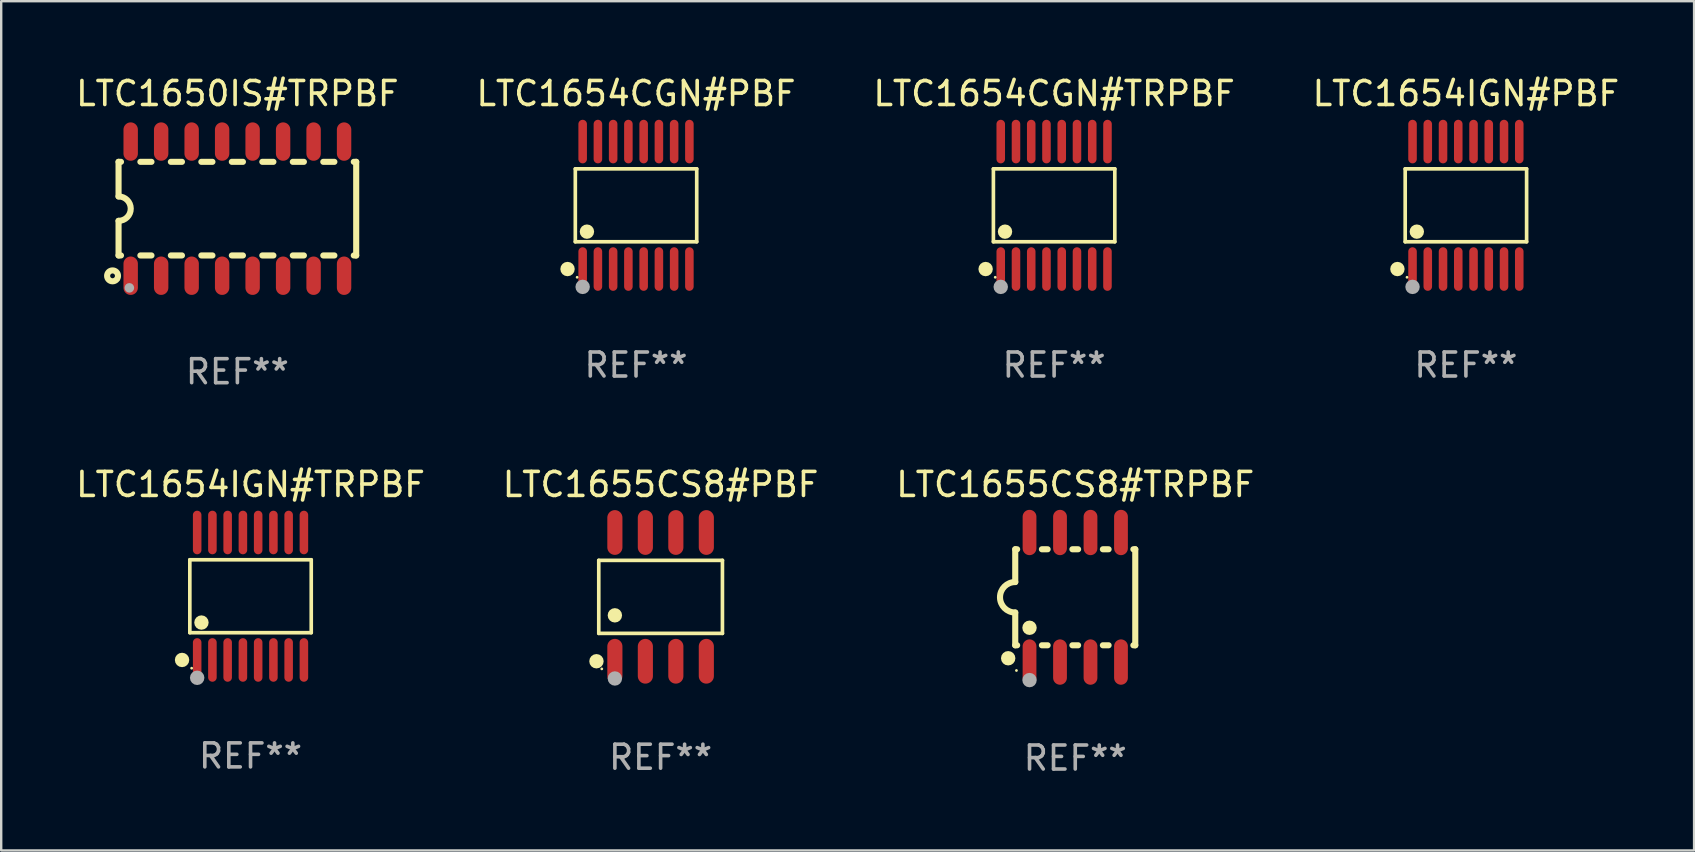
<source format=kicad_pcb>
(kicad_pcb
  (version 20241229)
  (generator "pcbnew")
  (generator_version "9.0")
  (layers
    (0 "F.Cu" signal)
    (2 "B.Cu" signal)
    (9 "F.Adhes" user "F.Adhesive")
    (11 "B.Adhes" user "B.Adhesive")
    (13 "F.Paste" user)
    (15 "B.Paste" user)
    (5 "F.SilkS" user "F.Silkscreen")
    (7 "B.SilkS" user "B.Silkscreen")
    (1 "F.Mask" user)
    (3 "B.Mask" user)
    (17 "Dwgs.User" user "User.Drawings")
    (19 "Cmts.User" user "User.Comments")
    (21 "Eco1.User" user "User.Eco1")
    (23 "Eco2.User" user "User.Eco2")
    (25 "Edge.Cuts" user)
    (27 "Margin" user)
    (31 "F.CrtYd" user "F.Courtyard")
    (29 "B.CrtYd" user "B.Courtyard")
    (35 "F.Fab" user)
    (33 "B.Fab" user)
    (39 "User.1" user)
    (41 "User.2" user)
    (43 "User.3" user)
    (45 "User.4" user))
  (footprint "LTC1650IS#TRPBF"
    (layer "F.Cu")
    (at 6.839 5.642)
    (property "Reference" "LTC1650IS#TRPBF" (at 0 -4.794 0) (layer "F.SilkS") (effects (font (size 1 1) (thickness 0.15))))
    (attr through_hole)
    (fp_line (start -4.95 -1.95) (end -4.95 -0.508) (stroke (width 0.254) (type solid)) (layer "F.SilkS"))
    (fp_line (start -4.95 -1.95) (end -4.849 -1.95) (stroke (width 0.254) (type solid)) (layer "F.SilkS"))
    (fp_line (start -4.95 1.95) (end -4.95 0.508) (stroke (width 0.254) (type solid)) (layer "F.SilkS"))
    (fp_line (start -4.95 1.95) (end -4.849 1.95) (stroke (width 0.254) (type solid)) (layer "F.SilkS"))
    (fp_line (start -4.041 -1.95) (end -3.579 -1.95) (stroke (width 0.254) (type solid)) (layer "F.SilkS"))
    (fp_line (start -4.041 1.95) (end -3.579 1.95) (stroke (width 0.254) (type solid)) (layer "F.SilkS"))
    (fp_line (start -2.771 -1.95) (end -2.309 -1.95) (stroke (width 0.254) (type solid)) (layer "F.SilkS"))
    (fp_line (start -2.771 1.95) (end -2.309 1.95) (stroke (width 0.254) (type solid)) (layer "F.SilkS"))
    (fp_line (start -1.501 -1.95) (end -1.039 -1.95) (stroke (width 0.254) (type solid)) (layer "F.SilkS"))
    (fp_line (start -1.501 1.95) (end -1.039 1.95) (stroke (width 0.254) (type solid)) (layer "F.SilkS"))
    (fp_line (start -0.231 -1.95) (end 0.231 -1.95) (stroke (width 0.254) (type solid)) (layer "F.SilkS"))
    (fp_line (start -0.231 1.95) (end 0.231 1.95) (stroke (width 0.254) (type solid)) (layer "F.SilkS"))
    (fp_line (start 1.039 -1.95) (end 1.501 -1.95) (stroke (width 0.254) (type solid)) (layer "F.SilkS"))
    (fp_line (start 1.039 1.95) (end 1.501 1.95) (stroke (width 0.254) (type solid)) (layer "F.SilkS"))
    (fp_line (start 2.309 -1.95) (end 2.771 -1.95) (stroke (width 0.254) (type solid)) (layer "F.SilkS"))
    (fp_line (start 2.309 1.95) (end 2.771 1.95) (stroke (width 0.254) (type solid)) (layer "F.SilkS"))
    (fp_line (start 3.579 -1.95) (end 4.041 -1.95) (stroke (width 0.254) (type solid)) (layer "F.SilkS"))
    (fp_line (start 3.579 1.95) (end 4.041 1.95) (stroke (width 0.254) (type solid)) (layer "F.SilkS"))
    (fp_line (start 4.849 -1.95) (end 4.95 -1.95) (stroke (width 0.254) (type solid)) (layer "F.SilkS"))
    (fp_line (start 4.849 1.95) (end 4.95 1.95) (stroke (width 0.254) (type solid)) (layer "F.SilkS"))
    (fp_line (start 4.95 -1.95) (end 4.95 1.95) (stroke (width 0.254) (type solid)) (layer "F.SilkS"))
    (fp_arc (start -4.95047 -0.508001) (mid -4.442469 -0.000228) (end -4.950013 0.508001) (stroke (width 0.254001) (type solid)) (layer "F.SilkS"))
    (fp_circle (center -5.2 2.8) (end -5.1 2.8) (stroke (width 0.254) (type solid)) (fill no) (layer "F.SilkS"))
    (fp_circle (center -4.95 2.947) (end -4.92 2.947) (stroke (width 0.06) (type solid)) (fill no) (layer "F.SilkS"))
    (fp_circle (center -4.5 3.3) (end -4.4 3.3) (stroke (width 0.2) (type solid)) (fill no) (layer "F.Fab"))
    (fp_text user "REF**" (at 0 6.794 0) (layer "F.Fab") (effects (font (size 1 1) (thickness 0.15))))
    (pad "1" smd oval (at -4.445 2.794) (size 0.6 1.6) (layers "F.Cu" "F.Mask" "F.Paste"))
    (pad "2" smd oval (at -3.175 2.794) (size 0.6 1.6) (layers "F.Cu" "F.Mask" "F.Paste"))
    (pad "3" smd oval (at -1.905 2.794) (size 0.6 1.6) (layers "F.Cu" "F.Mask" "F.Paste"))
    (pad "4" smd oval (at -0.635 2.794) (size 0.6 1.6) (layers "F.Cu" "F.Mask" "F.Paste"))
    (pad "5" smd oval (at 0.635 2.794) (size 0.6 1.6) (layers "F.Cu" "F.Mask" "F.Paste"))
    (pad "6" smd oval (at 1.905 2.794) (size 0.6 1.6) (layers "F.Cu" "F.Mask" "F.Paste"))
    (pad "7" smd oval (at 3.175 2.794) (size 0.6 1.6) (layers "F.Cu" "F.Mask" "F.Paste"))
    (pad "8" smd oval (at 4.445 2.794) (size 0.6 1.6) (layers "F.Cu" "F.Mask" "F.Paste"))
    (pad "9" smd oval (at 4.445 -2.794) (size 0.6 1.6) (layers "F.Cu" "F.Mask" "F.Paste"))
    (pad "10" smd oval (at 3.175 -2.794) (size 0.6 1.6) (layers "F.Cu" "F.Mask" "F.Paste"))
    (pad "11" smd oval (at 1.905 -2.794) (size 0.6 1.6) (layers "F.Cu" "F.Mask" "F.Paste"))
    (pad "12" smd oval (at 0.635 -2.794) (size 0.6 1.6) (layers "F.Cu" "F.Mask" "F.Paste"))
    (pad "13" smd oval (at -0.635 -2.794) (size 0.6 1.6) (layers "F.Cu" "F.Mask" "F.Paste"))
    (pad "14" smd oval (at -1.905 -2.794) (size 0.6 1.6) (layers "F.Cu" "F.Mask" "F.Paste"))
    (pad "15" smd oval (at -3.175 -2.794) (size 0.6 1.6) (layers "F.Cu" "F.Mask" "F.Paste"))
    (pad "16" smd oval (at -4.445 -2.794) (size 0.6 1.6) (layers "F.Cu" "F.Mask" "F.Paste")))
  (footprint "LTC1654CGN#PBF"
    (layer "F.Cu")
    (at 23.446 5.503)
    (property "Reference" "LTC1654CGN#PBF" (at 0 -4.655 0) (layer "F.SilkS") (effects (font (size 1 1) (thickness 0.15))))
    (attr through_hole)
    (fp_line (start -2.529 -1.519) (end 2.529 -1.519) (stroke (width 0.152) (type solid)) (layer "F.SilkS"))
    (fp_line (start -2.529 1.519) (end -2.529 -1.519) (stroke (width 0.152) (type solid)) (layer "F.SilkS"))
    (fp_line (start 2.529 -1.519) (end 2.529 1.519) (stroke (width 0.152) (type solid)) (layer "F.SilkS"))
    (fp_line (start 2.529 1.519) (end -2.529 1.519) (stroke (width 0.152) (type solid)) (layer "F.SilkS"))
    (fp_circle (center -2.853 2.655) (end -2.703 2.655) (stroke (width 0.3) (type solid)) (fill no) (layer "F.SilkS"))
    (fp_circle (center -2.453 2.998) (end -2.423 2.998) (stroke (width 0.06) (type solid)) (fill no) (layer "F.SilkS"))
    (fp_circle (center -2.045 1.097) (end -1.895 1.097) (stroke (width 0.3) (type solid)) (fill no) (layer "F.SilkS"))
    (fp_circle (center -2.223 3.398) (end -2.072 3.398) (stroke (width 0.3) (type solid)) (fill no) (layer "F.Fab"))
    (fp_text user "REF**" (at 0 6.655 0) (layer "F.Fab") (effects (font (size 1 1) (thickness 0.15))))
    (pad "1" smd oval (at -2.223 2.655) (size 0.356 1.815) (layers "F.Cu" "F.Mask" "F.Paste"))
    (pad "2" smd oval (at -1.588 2.655) (size 0.356 1.815) (layers "F.Cu" "F.Mask" "F.Paste"))
    (pad "3" smd oval (at -0.953 2.655) (size 0.356 1.815) (layers "F.Cu" "F.Mask" "F.Paste"))
    (pad "4" smd oval (at -0.318 2.655) (size 0.356 1.815) (layers "F.Cu" "F.Mask" "F.Paste"))
    (pad "5" smd oval (at 0.318 2.655) (size 0.356 1.815) (layers "F.Cu" "F.Mask" "F.Paste"))
    (pad "6" smd oval (at 0.953 2.655) (size 0.356 1.815) (layers "F.Cu" "F.Mask" "F.Paste"))
    (pad "7" smd oval (at 1.588 2.655) (size 0.356 1.815) (layers "F.Cu" "F.Mask" "F.Paste"))
    (pad "8" smd oval (at 2.223 2.655) (size 0.356 1.815) (layers "F.Cu" "F.Mask" "F.Paste"))
    (pad "9" smd oval (at 2.223 -2.655) (size 0.356 1.815) (layers "F.Cu" "F.Mask" "F.Paste"))
    (pad "10" smd oval (at 1.588 -2.655) (size 0.356 1.815) (layers "F.Cu" "F.Mask" "F.Paste"))
    (pad "11" smd oval (at 0.953 -2.655) (size 0.356 1.815) (layers "F.Cu" "F.Mask" "F.Paste"))
    (pad "12" smd oval (at 0.318 -2.655) (size 0.356 1.815) (layers "F.Cu" "F.Mask" "F.Paste"))
    (pad "13" smd oval (at -0.318 -2.655) (size 0.356 1.815) (layers "F.Cu" "F.Mask" "F.Paste"))
    (pad "14" smd oval (at -0.953 -2.655) (size 0.356 1.815) (layers "F.Cu" "F.Mask" "F.Paste"))
    (pad "15" smd oval (at -1.588 -2.655) (size 0.356 1.815) (layers "F.Cu" "F.Mask" "F.Paste"))
    (pad "16" smd oval (at -2.223 -2.655) (size 0.356 1.815) (layers "F.Cu" "F.Mask" "F.Paste")))
  (footprint "LTC1654IGN#TRPBF"
    (layer "F.Cu")
    (at 7.387 21.788)
    (property "Reference" "LTC1654IGN#TRPBF" (at 0 -4.655 0) (layer "F.SilkS") (effects (font (size 1 1) (thickness 0.15))))
    (attr through_hole)
    (fp_line (start -2.529 -1.519) (end 2.529 -1.519) (stroke (width 0.152) (type solid)) (layer "F.SilkS"))
    (fp_line (start -2.529 1.519) (end -2.529 -1.519) (stroke (width 0.152) (type solid)) (layer "F.SilkS"))
    (fp_line (start 2.529 -1.519) (end 2.529 1.519) (stroke (width 0.152) (type solid)) (layer "F.SilkS"))
    (fp_line (start 2.529 1.519) (end -2.529 1.519) (stroke (width 0.152) (type solid)) (layer "F.SilkS"))
    (fp_circle (center -2.853 2.655) (end -2.703 2.655) (stroke (width 0.3) (type solid)) (fill no) (layer "F.SilkS"))
    (fp_circle (center -2.453 2.998) (end -2.423 2.998) (stroke (width 0.06) (type solid)) (fill no) (layer "F.SilkS"))
    (fp_circle (center -2.045 1.097) (end -1.895 1.097) (stroke (width 0.3) (type solid)) (fill no) (layer "F.SilkS"))
    (fp_circle (center -2.223 3.398) (end -2.072 3.398) (stroke (width 0.3) (type solid)) (fill no) (layer "F.Fab"))
    (fp_text user "REF**" (at 0 6.655 0) (layer "F.Fab") (effects (font (size 1 1) (thickness 0.15))))
    (pad "1" smd oval (at -2.223 2.655) (size 0.356 1.815) (layers "F.Cu" "F.Mask" "F.Paste"))
    (pad "2" smd oval (at -1.588 2.655) (size 0.356 1.815) (layers "F.Cu" "F.Mask" "F.Paste"))
    (pad "3" smd oval (at -0.953 2.655) (size 0.356 1.815) (layers "F.Cu" "F.Mask" "F.Paste"))
    (pad "4" smd oval (at -0.318 2.655) (size 0.356 1.815) (layers "F.Cu" "F.Mask" "F.Paste"))
    (pad "5" smd oval (at 0.318 2.655) (size 0.356 1.815) (layers "F.Cu" "F.Mask" "F.Paste"))
    (pad "6" smd oval (at 0.953 2.655) (size 0.356 1.815) (layers "F.Cu" "F.Mask" "F.Paste"))
    (pad "7" smd oval (at 1.588 2.655) (size 0.356 1.815) (layers "F.Cu" "F.Mask" "F.Paste"))
    (pad "8" smd oval (at 2.223 2.655) (size 0.356 1.815) (layers "F.Cu" "F.Mask" "F.Paste"))
    (pad "9" smd oval (at 2.223 -2.655) (size 0.356 1.815) (layers "F.Cu" "F.Mask" "F.Paste"))
    (pad "10" smd oval (at 1.588 -2.655) (size 0.356 1.815) (layers "F.Cu" "F.Mask" "F.Paste"))
    (pad "11" smd oval (at 0.953 -2.655) (size 0.356 1.815) (layers "F.Cu" "F.Mask" "F.Paste"))
    (pad "12" smd oval (at 0.318 -2.655) (size 0.356 1.815) (layers "F.Cu" "F.Mask" "F.Paste"))
    (pad "13" smd oval (at -0.318 -2.655) (size 0.356 1.815) (layers "F.Cu" "F.Mask" "F.Paste"))
    (pad "14" smd oval (at -0.953 -2.655) (size 0.356 1.815) (layers "F.Cu" "F.Mask" "F.Paste"))
    (pad "15" smd oval (at -1.588 -2.655) (size 0.356 1.815) (layers "F.Cu" "F.Mask" "F.Paste"))
    (pad "16" smd oval (at -2.223 -2.655) (size 0.356 1.815) (layers "F.Cu" "F.Mask" "F.Paste")))
  (footprint "LTC1655CS8#TRPBF"
    (layer "F.Cu")
    (at 41.744 21.832)
    (property "Reference" "LTC1655CS8#TRPBF" (at 0 -4.699 0) (layer "F.SilkS") (effects (font (size 1 1) (thickness 0.15))))
    (attr through_hole)
    (fp_line (start -2.5 -2) (end -2.5 -0.635) (stroke (width 0.254) (type solid)) (layer "F.SilkS"))
    (fp_line (start -2.5 -2) (end -2.421 -2) (stroke (width 0.254) (type solid)) (layer "F.SilkS"))
    (fp_line (start -2.5 2) (end -2.5 0.635) (stroke (width 0.254) (type solid)) (layer "F.SilkS"))
    (fp_line (start -2.5 2) (end -2.421 2) (stroke (width 0.254) (type solid)) (layer "F.SilkS"))
    (fp_line (start -1.389 -2) (end -1.151 -2) (stroke (width 0.254) (type solid)) (layer "F.SilkS"))
    (fp_line (start -1.389 2) (end -1.151 2) (stroke (width 0.254) (type solid)) (layer "F.SilkS"))
    (fp_line (start -0.119 -2) (end 0.119 -2) (stroke (width 0.254) (type solid)) (layer "F.SilkS"))
    (fp_line (start -0.119 2) (end 0.119 2) (stroke (width 0.254) (type solid)) (layer "F.SilkS"))
    (fp_line (start 1.151 -2) (end 1.389 -2) (stroke (width 0.254) (type solid)) (layer "F.SilkS"))
    (fp_line (start 1.151 2) (end 1.389 2) (stroke (width 0.254) (type solid)) (layer "F.SilkS"))
    (fp_line (start 2.421 -2) (end 2.5 -2) (stroke (width 0.254) (type solid)) (layer "F.SilkS"))
    (fp_line (start 2.421 2) (end 2.5 2) (stroke (width 0.254) (type solid)) (layer "F.SilkS"))
    (fp_line (start 2.5 -2) (end 2.5 2) (stroke (width 0.254) (type solid)) (layer "F.SilkS"))
    (fp_arc (start -2.5 0.635001) (mid -3.134366 -0.000318) (end -2.499365 -0.635001) (stroke (width 0.254001) (type solid)) (layer "F.SilkS"))
    (fp_circle (center -2.794 2.54) (end -2.644 2.54) (stroke (width 0.3) (type solid)) (fill no) (layer "F.SilkS"))
    (fp_circle (center -2.45 3.05) (end -2.42 3.05) (stroke (width 0.06) (type solid)) (fill no) (layer "F.SilkS"))
    (fp_circle (center -1.905 1.27) (end -1.755 1.27) (stroke (width 0.3) (type solid)) (fill no) (layer "F.SilkS"))
    (fp_circle (center -1.905 3.45) (end -1.755 3.45) (stroke (width 0.3) (type solid)) (fill no) (layer "F.Fab"))
    (fp_text user "REF**" (at 0 6.699 0) (layer "F.Fab") (effects (font (size 1 1) (thickness 0.15))))
    (pad "1" smd oval (at -1.905 2.699) (size 0.574 1.888) (layers "F.Cu" "F.Mask" "F.Paste"))
    (pad "2" smd oval (at -0.635 2.699) (size 0.574 1.888) (layers "F.Cu" "F.Mask" "F.Paste"))
    (pad "3" smd oval (at 0.635 2.699) (size 0.574 1.888) (layers "F.Cu" "F.Mask" "F.Paste"))
    (pad "4" smd oval (at 1.905 2.699) (size 0.574 1.888) (layers "F.Cu" "F.Mask" "F.Paste"))
    (pad "5" smd oval (at 1.905 -2.699) (size 0.574 1.888) (layers "F.Cu" "F.Mask" "F.Paste"))
    (pad "6" smd oval (at 0.635 -2.699) (size 0.574 1.888) (layers "F.Cu" "F.Mask" "F.Paste"))
    (pad "7" smd oval (at -0.635 -2.699) (size 0.574 1.888) (layers "F.Cu" "F.Mask" "F.Paste"))
    (pad "8" smd oval (at -1.905 -2.699) (size 0.574 1.888) (layers "F.Cu" "F.Mask" "F.Paste")))
  (footprint "LTC1654CGN#TRPBF"
    (layer "F.Cu")
    (at 40.863 5.503)
    (property "Reference" "LTC1654CGN#TRPBF" (at 0 -4.655 0) (layer "F.SilkS") (effects (font (size 1 1) (thickness 0.15))))
    (attr through_hole)
    (fp_line (start -2.529 -1.519) (end 2.529 -1.519) (stroke (width 0.152) (type solid)) (layer "F.SilkS"))
    (fp_line (start -2.529 1.519) (end -2.529 -1.519) (stroke (width 0.152) (type solid)) (layer "F.SilkS"))
    (fp_line (start 2.529 -1.519) (end 2.529 1.519) (stroke (width 0.152) (type solid)) (layer "F.SilkS"))
    (fp_line (start 2.529 1.519) (end -2.529 1.519) (stroke (width 0.152) (type solid)) (layer "F.SilkS"))
    (fp_circle (center -2.853 2.655) (end -2.703 2.655) (stroke (width 0.3) (type solid)) (fill no) (layer "F.SilkS"))
    (fp_circle (center -2.453 2.998) (end -2.423 2.998) (stroke (width 0.06) (type solid)) (fill no) (layer "F.SilkS"))
    (fp_circle (center -2.045 1.097) (end -1.895 1.097) (stroke (width 0.3) (type solid)) (fill no) (layer "F.SilkS"))
    (fp_circle (center -2.223 3.398) (end -2.072 3.398) (stroke (width 0.3) (type solid)) (fill no) (layer "F.Fab"))
    (fp_text user "REF**" (at 0 6.655 0) (layer "F.Fab") (effects (font (size 1 1) (thickness 0.15))))
    (pad "1" smd oval (at -2.223 2.655) (size 0.356 1.815) (layers "F.Cu" "F.Mask" "F.Paste"))
    (pad "2" smd oval (at -1.588 2.655) (size 0.356 1.815) (layers "F.Cu" "F.Mask" "F.Paste"))
    (pad "3" smd oval (at -0.953 2.655) (size 0.356 1.815) (layers "F.Cu" "F.Mask" "F.Paste"))
    (pad "4" smd oval (at -0.318 2.655) (size 0.356 1.815) (layers "F.Cu" "F.Mask" "F.Paste"))
    (pad "5" smd oval (at 0.318 2.655) (size 0.356 1.815) (layers "F.Cu" "F.Mask" "F.Paste"))
    (pad "6" smd oval (at 0.953 2.655) (size 0.356 1.815) (layers "F.Cu" "F.Mask" "F.Paste"))
    (pad "7" smd oval (at 1.588 2.655) (size 0.356 1.815) (layers "F.Cu" "F.Mask" "F.Paste"))
    (pad "8" smd oval (at 2.223 2.655) (size 0.356 1.815) (layers "F.Cu" "F.Mask" "F.Paste"))
    (pad "9" smd oval (at 2.223 -2.655) (size 0.356 1.815) (layers "F.Cu" "F.Mask" "F.Paste"))
    (pad "10" smd oval (at 1.588 -2.655) (size 0.356 1.815) (layers "F.Cu" "F.Mask" "F.Paste"))
    (pad "11" smd oval (at 0.953 -2.655) (size 0.356 1.815) (layers "F.Cu" "F.Mask" "F.Paste"))
    (pad "12" smd oval (at 0.318 -2.655) (size 0.356 1.815) (layers "F.Cu" "F.Mask" "F.Paste"))
    (pad "13" smd oval (at -0.318 -2.655) (size 0.356 1.815) (layers "F.Cu" "F.Mask" "F.Paste"))
    (pad "14" smd oval (at -0.953 -2.655) (size 0.356 1.815) (layers "F.Cu" "F.Mask" "F.Paste"))
    (pad "15" smd oval (at -1.588 -2.655) (size 0.356 1.815) (layers "F.Cu" "F.Mask" "F.Paste"))
    (pad "16" smd oval (at -2.223 -2.655) (size 0.356 1.815) (layers "F.Cu" "F.Mask" "F.Paste")))
  (footprint "LTC1655CS8#PBF"
    (layer "F.Cu")
    (at 24.47 21.815)
    (property "Reference" "LTC1655CS8#PBF" (at 0 -4.682 0) (layer "F.SilkS") (effects (font (size 1 1) (thickness 0.15))))
    (attr through_hole)
    (fp_line (start -2.576 -1.521) (end 2.576 -1.521) (stroke (width 0.152) (type solid)) (layer "F.SilkS"))
    (fp_line (start -2.576 1.521) (end -2.576 -1.521) (stroke (width 0.152) (type solid)) (layer "F.SilkS"))
    (fp_line (start 2.576 -1.521) (end 2.576 1.521) (stroke (width 0.152) (type solid)) (layer "F.SilkS"))
    (fp_line (start 2.576 1.521) (end -2.576 1.521) (stroke (width 0.152) (type solid)) (layer "F.SilkS"))
    (fp_circle (center -2.672 2.682) (end -2.522 2.682) (stroke (width 0.3) (type solid)) (fill no) (layer "F.SilkS"))
    (fp_circle (center -2.45 3) (end -2.42 3) (stroke (width 0.06) (type solid)) (fill no) (layer "F.SilkS"))
    (fp_circle (center -1.905 0.769) (end -1.755 0.769) (stroke (width 0.3) (type solid)) (fill no) (layer "F.SilkS"))
    (fp_circle (center -1.905 3.4) (end -1.755 3.4) (stroke (width 0.3) (type solid)) (fill no) (layer "F.Fab"))
    (fp_text user "REF**" (at 0 6.682 0) (layer "F.Fab") (effects (font (size 1 1) (thickness 0.15))))
    (pad "1" smd oval (at -1.905 2.682) (size 0.63 1.865) (layers "F.Cu" "F.Mask" "F.Paste"))
    (pad "2" smd oval (at -0.635 2.682) (size 0.63 1.865) (layers "F.Cu" "F.Mask" "F.Paste"))
    (pad "3" smd oval (at 0.635 2.682) (size 0.63 1.865) (layers "F.Cu" "F.Mask" "F.Paste"))
    (pad "4" smd oval (at 1.905 2.682) (size 0.63 1.865) (layers "F.Cu" "F.Mask" "F.Paste"))
    (pad "5" smd oval (at 1.905 -2.682) (size 0.63 1.865) (layers "F.Cu" "F.Mask" "F.Paste"))
    (pad "6" smd oval (at 0.635 -2.682) (size 0.63 1.865) (layers "F.Cu" "F.Mask" "F.Paste"))
    (pad "7" smd oval (at -0.635 -2.682) (size 0.63 1.865) (layers "F.Cu" "F.Mask" "F.Paste"))
    (pad "8" smd oval (at -1.905 -2.682) (size 0.63 1.865) (layers "F.Cu" "F.Mask" "F.Paste")))
  (footprint "LTC1654IGN#PBF"
    (layer "F.Cu")
    (at 58.018 5.503)
    (property "Reference" "LTC1654IGN#PBF" (at 0 -4.655 0) (layer "F.SilkS") (effects (font (size 1 1) (thickness 0.15))))
    (attr through_hole)
    (fp_line (start -2.529 -1.519) (end 2.529 -1.519) (stroke (width 0.152) (type solid)) (layer "F.SilkS"))
    (fp_line (start -2.529 1.519) (end -2.529 -1.519) (stroke (width 0.152) (type solid)) (layer "F.SilkS"))
    (fp_line (start 2.529 -1.519) (end 2.529 1.519) (stroke (width 0.152) (type solid)) (layer "F.SilkS"))
    (fp_line (start 2.529 1.519) (end -2.529 1.519) (stroke (width 0.152) (type solid)) (layer "F.SilkS"))
    (fp_circle (center -2.853 2.655) (end -2.703 2.655) (stroke (width 0.3) (type solid)) (fill no) (layer "F.SilkS"))
    (fp_circle (center -2.453 2.998) (end -2.423 2.998) (stroke (width 0.06) (type solid)) (fill no) (layer "F.SilkS"))
    (fp_circle (center -2.045 1.097) (end -1.895 1.097) (stroke (width 0.3) (type solid)) (fill no) (layer "F.SilkS"))
    (fp_circle (center -2.223 3.398) (end -2.072 3.398) (stroke (width 0.3) (type solid)) (fill no) (layer "F.Fab"))
    (fp_text user "REF**" (at 0 6.655 0) (layer "F.Fab") (effects (font (size 1 1) (thickness 0.15))))
    (pad "1" smd oval (at -2.223 2.655) (size 0.356 1.815) (layers "F.Cu" "F.Mask" "F.Paste"))
    (pad "2" smd oval (at -1.588 2.655) (size 0.356 1.815) (layers "F.Cu" "F.Mask" "F.Paste"))
    (pad "3" smd oval (at -0.953 2.655) (size 0.356 1.815) (layers "F.Cu" "F.Mask" "F.Paste"))
    (pad "4" smd oval (at -0.318 2.655) (size 0.356 1.815) (layers "F.Cu" "F.Mask" "F.Paste"))
    (pad "5" smd oval (at 0.318 2.655) (size 0.356 1.815) (layers "F.Cu" "F.Mask" "F.Paste"))
    (pad "6" smd oval (at 0.953 2.655) (size 0.356 1.815) (layers "F.Cu" "F.Mask" "F.Paste"))
    (pad "7" smd oval (at 1.588 2.655) (size 0.356 1.815) (layers "F.Cu" "F.Mask" "F.Paste"))
    (pad "8" smd oval (at 2.223 2.655) (size 0.356 1.815) (layers "F.Cu" "F.Mask" "F.Paste"))
    (pad "9" smd oval (at 2.223 -2.655) (size 0.356 1.815) (layers "F.Cu" "F.Mask" "F.Paste"))
    (pad "10" smd oval (at 1.588 -2.655) (size 0.356 1.815) (layers "F.Cu" "F.Mask" "F.Paste"))
    (pad "11" smd oval (at 0.953 -2.655) (size 0.356 1.815) (layers "F.Cu" "F.Mask" "F.Paste"))
    (pad "12" smd oval (at 0.318 -2.655) (size 0.356 1.815) (layers "F.Cu" "F.Mask" "F.Paste"))
    (pad "13" smd oval (at -0.318 -2.655) (size 0.356 1.815) (layers "F.Cu" "F.Mask" "F.Paste"))
    (pad "14" smd oval (at -0.953 -2.655) (size 0.356 1.815) (layers "F.Cu" "F.Mask" "F.Paste"))
    (pad "15" smd oval (at -1.588 -2.655) (size 0.356 1.815) (layers "F.Cu" "F.Mask" "F.Paste"))
    (pad "16" smd oval (at -2.223 -2.655) (size 0.356 1.815) (layers "F.Cu" "F.Mask" "F.Paste")))
  (gr_rect
    (start -3 -3)
    (end 67.524 32.379)
    (stroke (width 0.1) (type default))
    (fill no)
    (layer "Edge.Cuts")))
</source>
